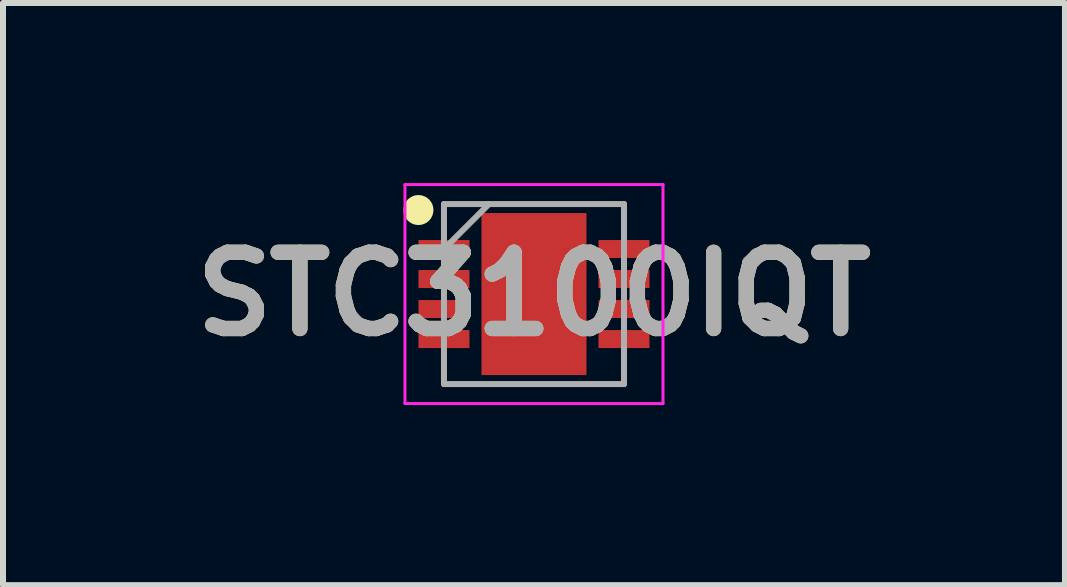
<source format=kicad_pcb>
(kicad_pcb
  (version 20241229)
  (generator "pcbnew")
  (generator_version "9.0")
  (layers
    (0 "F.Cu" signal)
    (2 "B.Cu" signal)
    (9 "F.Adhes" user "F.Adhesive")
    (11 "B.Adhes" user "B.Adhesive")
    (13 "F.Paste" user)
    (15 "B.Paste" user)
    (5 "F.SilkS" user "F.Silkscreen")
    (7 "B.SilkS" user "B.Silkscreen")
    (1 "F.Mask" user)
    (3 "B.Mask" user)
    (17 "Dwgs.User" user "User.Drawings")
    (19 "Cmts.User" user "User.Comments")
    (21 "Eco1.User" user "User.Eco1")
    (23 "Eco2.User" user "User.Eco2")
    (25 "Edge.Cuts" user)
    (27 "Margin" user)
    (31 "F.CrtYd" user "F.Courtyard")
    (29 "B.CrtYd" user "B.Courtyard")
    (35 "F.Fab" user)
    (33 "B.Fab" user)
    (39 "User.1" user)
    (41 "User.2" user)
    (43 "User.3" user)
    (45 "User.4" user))
  (footprint "STC3100IQT"
    (layer "F.Cu")
    (at 5.848 1.85)
    (property "Reference" "STC3100IQT" (at 0 0 0) (layer "F.SilkS") (effects (font (size 1.27 1.27) (thickness 0.254))))
    (attr smd)
    (fp_circle (center -1.925 -1.4) (end -1.925 -1.275) (stroke (width 0.25) (type solid)) (fill no) (layer "F.SilkS"))
    (fp_line (start -2.15 -1.825) (end 2.15 -1.825) (stroke (width 0.05) (type solid)) (layer "F.CrtYd"))
    (fp_line (start -2.15 1.825) (end -2.15 -1.825) (stroke (width 0.05) (type solid)) (layer "F.CrtYd"))
    (fp_line (start 2.15 -1.825) (end 2.15 1.825) (stroke (width 0.05) (type solid)) (layer "F.CrtYd"))
    (fp_line (start 2.15 1.825) (end -2.15 1.825) (stroke (width 0.05) (type solid)) (layer "F.CrtYd"))
    (fp_line (start -1.5 -1.5) (end 1.5 -1.5) (stroke (width 0.1) (type solid)) (layer "F.Fab"))
    (fp_line (start -1.5 -0.75) (end -0.75 -1.5) (stroke (width 0.1) (type solid)) (layer "F.Fab"))
    (fp_line (start -1.5 1.5) (end -1.5 -1.5) (stroke (width 0.1) (type solid)) (layer "F.Fab"))
    (fp_line (start 1.5 -1.5) (end 1.5 1.5) (stroke (width 0.1) (type solid)) (layer "F.Fab"))
    (fp_line (start 1.5 1.5) (end -1.5 1.5) (stroke (width 0.1) (type solid)) (layer "F.Fab"))
    (fp_text user "${REFERENCE}" (at 0 0 0) (layer "F.Fab") (effects (font (size 1.27 1.27) (thickness 0.254))))
    (pad "1" smd rect (at -1.5 -0.75 90) (size 0.3 0.85) (layers "F.Cu" "F.Mask" "F.Paste"))
    (pad "2" smd rect (at -1.5 -0.25 90) (size 0.3 0.85) (layers "F.Cu" "F.Mask" "F.Paste"))
    (pad "3" smd rect (at -1.5 0.25 90) (size 0.3 0.85) (layers "F.Cu" "F.Mask" "F.Paste"))
    (pad "4" smd rect (at -1.5 0.75 90) (size 0.3 0.85) (layers "F.Cu" "F.Mask" "F.Paste"))
    (pad "5" smd rect (at 1.5 0.75 90) (size 0.3 0.85) (layers "F.Cu" "F.Mask" "F.Paste"))
    (pad "6" smd rect (at 1.5 0.25 90) (size 0.3 0.85) (layers "F.Cu" "F.Mask" "F.Paste"))
    (pad "7" smd rect (at 1.5 -0.25 90) (size 0.3 0.85) (layers "F.Cu" "F.Mask" "F.Paste"))
    (pad "8" smd rect (at 1.5 -0.75 90) (size 0.3 0.85) (layers "F.Cu" "F.Mask" "F.Paste"))
    (pad "9" smd rect (at 0 0) (size 1.75 2.7) (layers "F.Cu" "F.Mask" "F.Paste")))
  (gr_rect
    (start -3 -3)
    (end 14.696 6.7)
    (stroke (width 0.1) (type default))
    (fill no)
    (layer "Edge.Cuts")))
</source>
